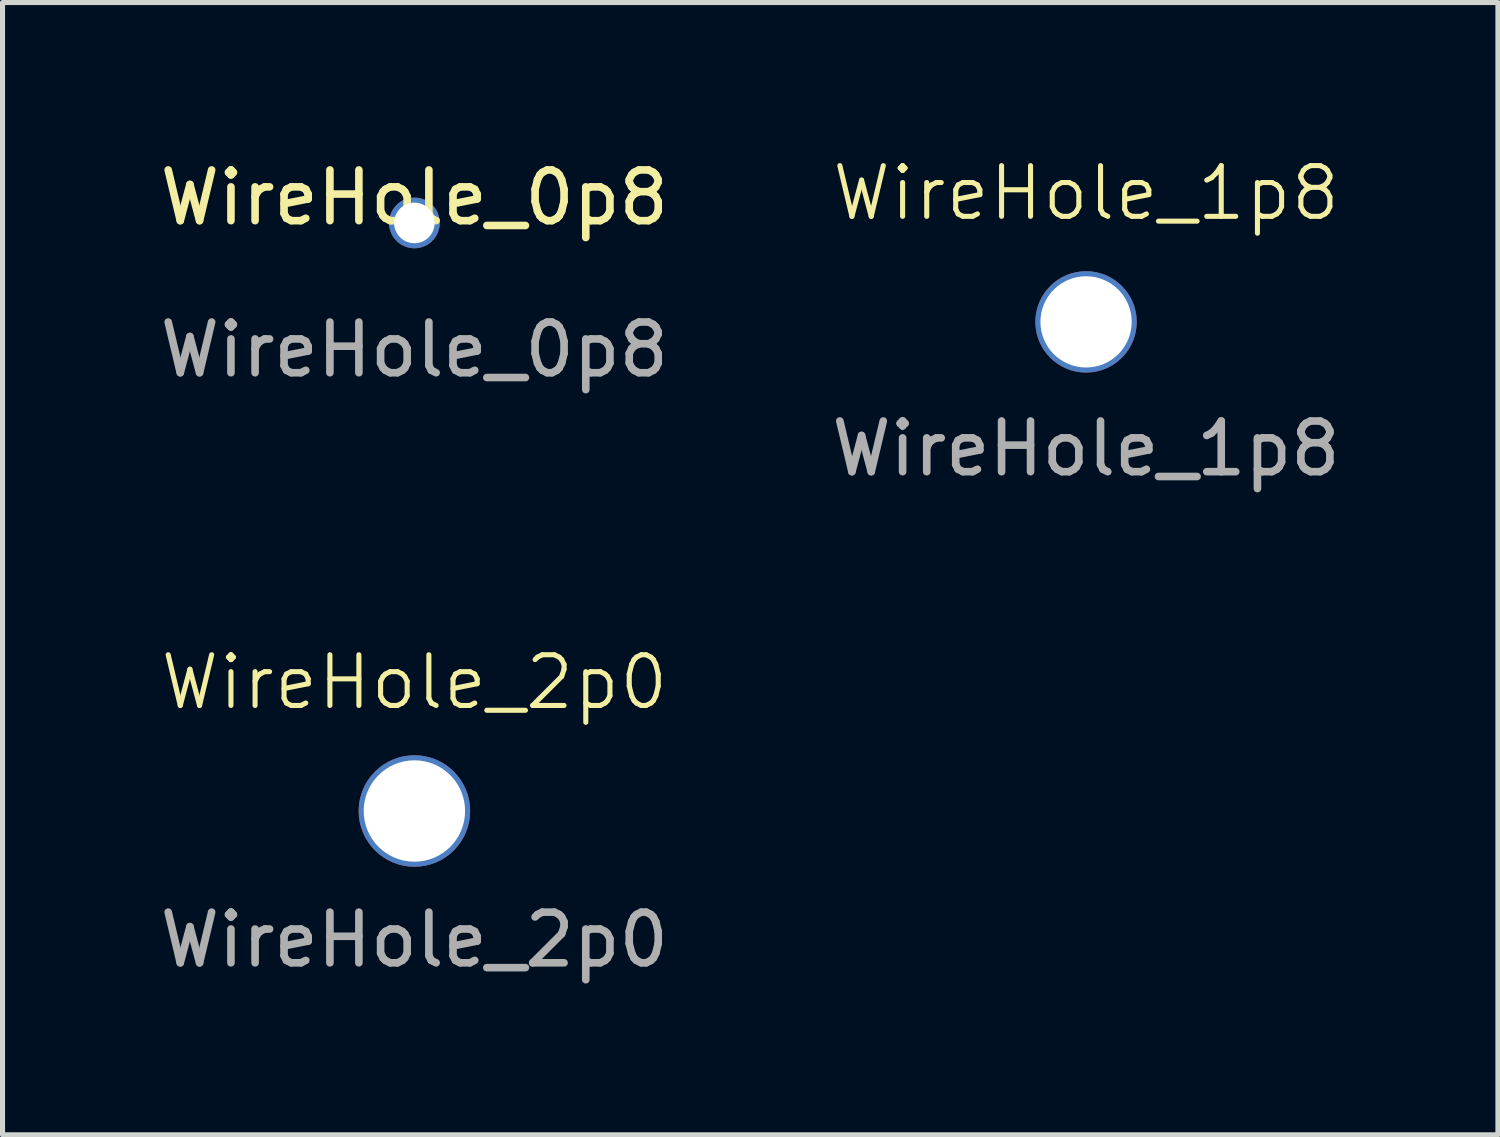
<source format=kicad_pcb>
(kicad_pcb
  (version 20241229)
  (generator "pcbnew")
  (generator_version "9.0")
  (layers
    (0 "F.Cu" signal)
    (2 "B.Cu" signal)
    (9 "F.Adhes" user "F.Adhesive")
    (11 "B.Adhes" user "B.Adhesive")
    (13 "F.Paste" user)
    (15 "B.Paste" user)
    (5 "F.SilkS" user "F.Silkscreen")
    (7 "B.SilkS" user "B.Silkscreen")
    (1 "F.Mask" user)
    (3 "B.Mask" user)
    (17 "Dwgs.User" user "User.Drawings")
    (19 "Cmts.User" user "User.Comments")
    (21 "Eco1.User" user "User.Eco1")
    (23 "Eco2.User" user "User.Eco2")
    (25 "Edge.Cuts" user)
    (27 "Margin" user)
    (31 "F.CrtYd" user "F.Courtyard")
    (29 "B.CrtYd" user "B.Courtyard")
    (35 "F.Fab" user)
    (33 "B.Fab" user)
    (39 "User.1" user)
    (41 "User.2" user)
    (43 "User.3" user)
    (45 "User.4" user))
  (footprint "WireHole_0p8"
    (layer "F.Cu")
    (at 5.125 1.348)
    (property "Reference" "WireHole_0p8" (at 0 -0.5 0) (unlocked yes) (layer "F.SilkS") (effects (font (size 1 1) (thickness 0.15))))
    (attr smd)
    (fp_text user "${REFERENCE}" (at 0 2.5 0) (unlocked yes) (layer "F.Fab") (effects (font (size 1 1) (thickness 0.15))))
    (pad "1" thru_hole circle (at 0 0) (size 1 1) (drill 0.8) (layers "*.Cu" "*.Mask")))
  (footprint "WireHole_1p8"
    (layer "F.Cu")
    (at 18.375 3.3)
    (property "Reference" "WireHole_1p8" (at 0 -2.54 0) (unlocked yes) (layer "F.SilkS") (effects (font (size 1 1) (thickness 0.1))))
    (attr through_hole)
    (fp_text user "${REFERENCE}" (at 0 2.5 0) (unlocked yes) (layer "F.Fab") (effects (font (size 1 1) (thickness 0.15))))
    (pad "1" thru_hole circle (at 0 0) (size 2 2) (drill 1.8) (layers "*.Cu" "*.Mask")))
  (footprint "WireHole_2p0"
    (layer "F.Cu")
    (at 5.125 12.949)
    (property "Reference" "WireHole_2p0" (at 0 -2.54 0) (unlocked yes) (layer "F.SilkS") (effects (font (size 1 1) (thickness 0.1))))
    (attr through_hole)
    (fp_text user "${REFERENCE}" (at 0 2.54 0) (unlocked yes) (layer "F.Fab") (effects (font (size 1 1) (thickness 0.15))))
    (pad "1" thru_hole circle (at 0 0) (size 2.2 2.2) (drill 2) (layers "*.Cu" "*.Mask")))
  (gr_rect
    (start -3 -3)
    (end 26.5 19.337)
    (stroke (width 0.1) (type default))
    (fill no)
    (layer "Edge.Cuts")))
</source>
